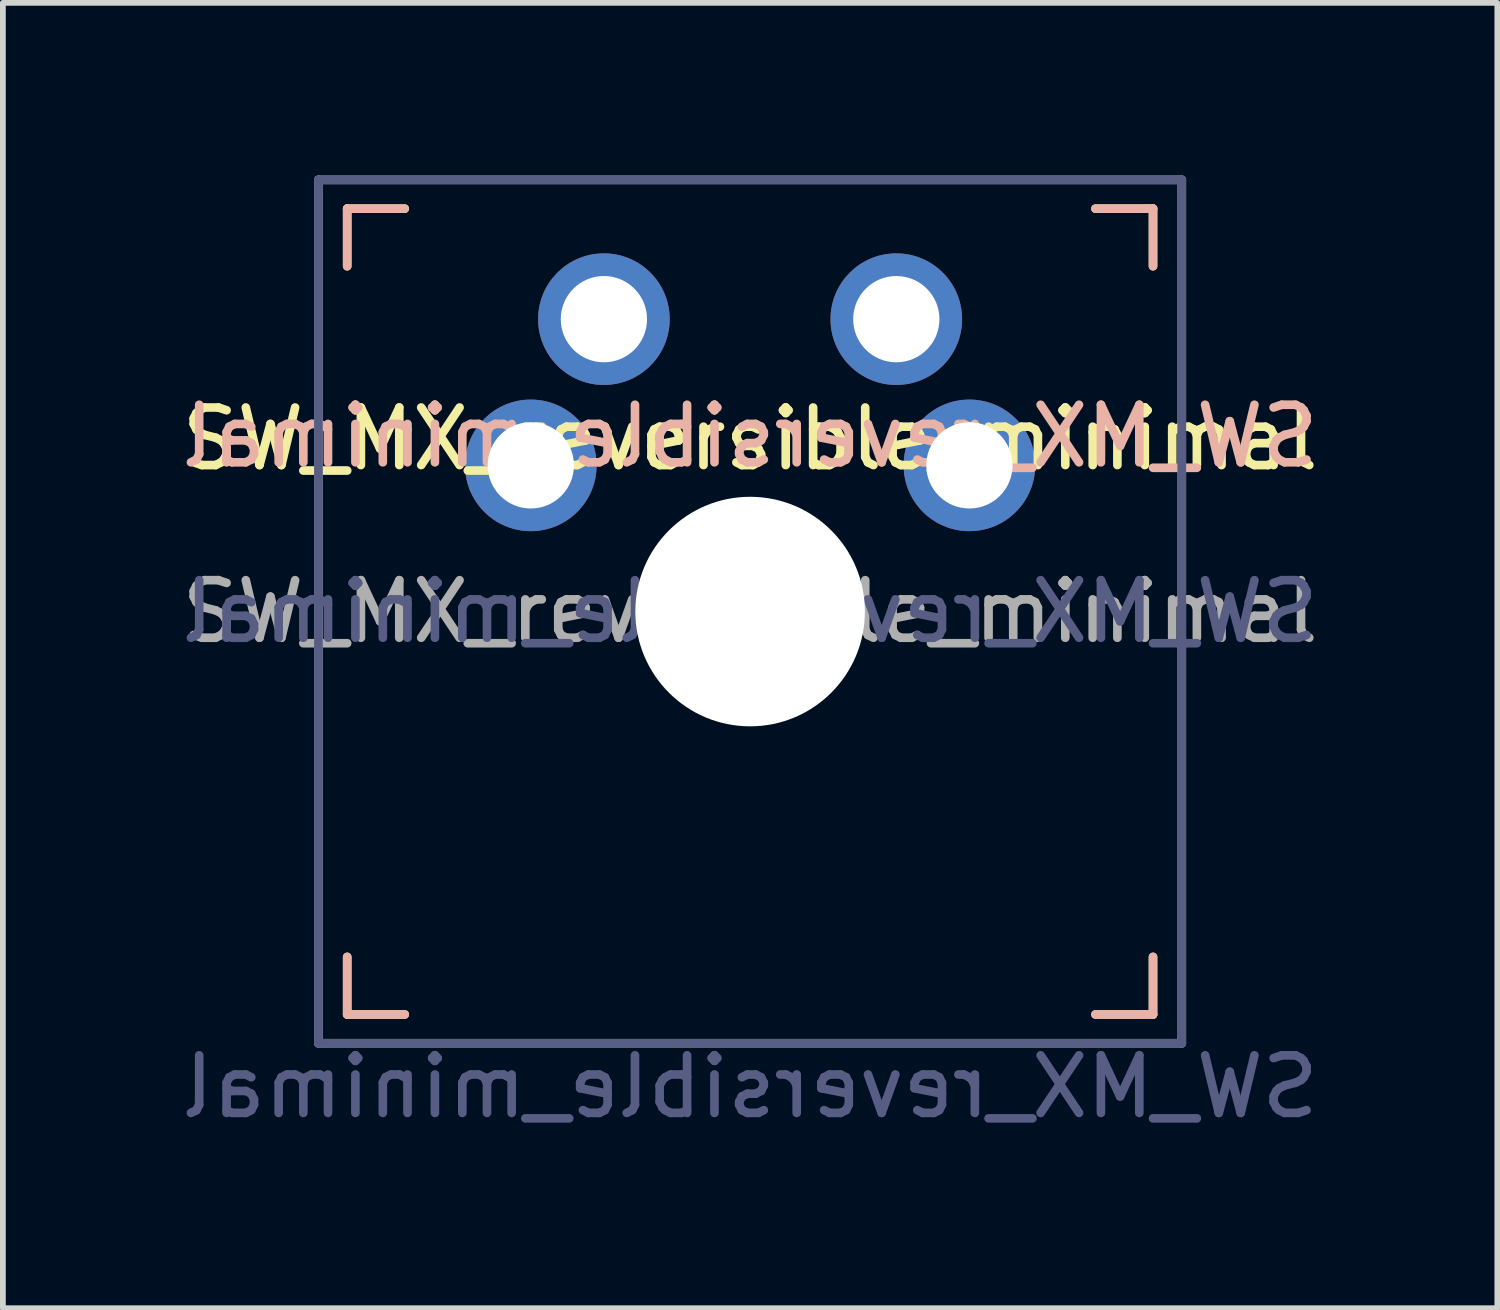
<source format=kicad_pcb>
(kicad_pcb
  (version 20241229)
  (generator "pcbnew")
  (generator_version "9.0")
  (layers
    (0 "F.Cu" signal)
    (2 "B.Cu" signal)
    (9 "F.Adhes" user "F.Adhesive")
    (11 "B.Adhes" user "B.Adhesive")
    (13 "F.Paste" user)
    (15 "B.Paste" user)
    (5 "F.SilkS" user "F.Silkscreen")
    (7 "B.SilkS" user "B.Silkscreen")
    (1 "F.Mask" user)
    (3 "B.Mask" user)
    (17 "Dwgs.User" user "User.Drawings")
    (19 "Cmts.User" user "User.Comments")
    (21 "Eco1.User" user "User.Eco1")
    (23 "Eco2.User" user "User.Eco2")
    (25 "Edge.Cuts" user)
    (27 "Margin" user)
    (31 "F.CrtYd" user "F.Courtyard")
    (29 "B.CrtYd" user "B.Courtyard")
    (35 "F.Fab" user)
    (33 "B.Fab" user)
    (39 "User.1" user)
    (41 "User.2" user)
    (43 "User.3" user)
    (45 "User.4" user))
  (footprint "SW_MX_reversible_minimal"
    (layer "F.Cu")
    (at 9.982 7.575)
    (property "Reference" "SW_MX_reversible_minimal" (at 0 -3 0) (layer "F.SilkS") (effects (font (size 1 1) (thickness 0.15))))
    (property "Value" "SW_MX_reversible_minimal" (at 0 8.255 0) (layer "F.Fab") (hide yes) (effects (font (size 1 1) (thickness 0.15))))
    (attr through_hole)
    (fp_line (start -7 -7) (end -6 -7) (stroke (width 0.15) (type solid)) (layer "F.SilkS"))
    (fp_line (start -7 -6) (end -7 -7) (stroke (width 0.15) (type solid)) (layer "F.SilkS"))
    (fp_line (start -7 7) (end -7 6) (stroke (width 0.15) (type solid)) (layer "F.SilkS"))
    (fp_line (start -6 7) (end -7 7) (stroke (width 0.15) (type solid)) (layer "F.SilkS"))
    (fp_line (start 6 -7) (end 7 -7) (stroke (width 0.15) (type solid)) (layer "F.SilkS"))
    (fp_line (start 7 -7) (end 7 -6) (stroke (width 0.15) (type solid)) (layer "F.SilkS"))
    (fp_line (start 7 6) (end 7 7) (stroke (width 0.15) (type solid)) (layer "F.SilkS"))
    (fp_line (start 7 7) (end 6 7) (stroke (width 0.15) (type solid)) (layer "F.SilkS"))
    (fp_line (start -7 -7) (end -6 -7) (stroke (width 0.15) (type solid)) (layer "B.SilkS"))
    (fp_line (start -7 -6) (end -7 -7) (stroke (width 0.15) (type solid)) (layer "B.SilkS"))
    (fp_line (start -7 7) (end -7 6) (stroke (width 0.15) (type solid)) (layer "B.SilkS"))
    (fp_line (start -6 7) (end -7 7) (stroke (width 0.15) (type solid)) (layer "B.SilkS"))
    (fp_line (start 6 -7) (end 7 -7) (stroke (width 0.15) (type solid)) (layer "B.SilkS"))
    (fp_line (start 7 -7) (end 7 -6) (stroke (width 0.15) (type solid)) (layer "B.SilkS"))
    (fp_line (start 7 6) (end 7 7) (stroke (width 0.15) (type solid)) (layer "B.SilkS"))
    (fp_line (start 7 7) (end 6 7) (stroke (width 0.15) (type solid)) (layer "B.SilkS"))
    (fp_line (start -6.9 6.9) (end -6.9 -6.9) (stroke (width 0.15) (type solid)) (layer "Eco2.User"))
    (fp_line (start -6.9 6.9) (end 6.9 6.9) (stroke (width 0.15) (type solid)) (layer "Eco2.User"))
    (fp_line (start 6.9 -6.9) (end -6.9 -6.9) (stroke (width 0.15) (type solid)) (layer "Eco2.User"))
    (fp_line (start 6.9 -6.9) (end 6.9 6.9) (stroke (width 0.15) (type solid)) (layer "Eco2.User"))
    (fp_line (start -7.5 -7.5) (end 7.5 -7.5) (stroke (width 0.15) (type solid)) (layer "B.Fab"))
    (fp_line (start -7.5 7.5) (end -7.5 -7.5) (stroke (width 0.15) (type solid)) (layer "B.Fab"))
    (fp_line (start 7.5 -7.5) (end 7.5 7.5) (stroke (width 0.15) (type solid)) (layer "B.Fab"))
    (fp_line (start 7.5 7.5) (end -7.5 7.5) (stroke (width 0.15) (type solid)) (layer "B.Fab"))
    (fp_line (start -7.5 -7.5) (end 7.5 -7.5) (stroke (width 0.15) (type solid)) (layer "F.Fab"))
    (fp_line (start -7.5 7.5) (end -7.5 -7.5) (stroke (width 0.15) (type solid)) (layer "F.Fab"))
    (fp_line (start 7.5 -7.5) (end 7.5 7.5) (stroke (width 0.15) (type solid)) (layer "F.Fab"))
    (fp_line (start 7.5 7.5) (end -7.5 7.5) (stroke (width 0.15) (type solid)) (layer "F.Fab"))
    (fp_text user "${REFERENCE}" (at 0 -3.048 0) (layer "B.SilkS") (effects (font (size 1 1) (thickness 0.15)) (justify mirror)))
    (fp_text user "${REFERENCE}" (at 0 0 0) (layer "B.Fab") (effects (font (size 1 1) (thickness 0.15)) (justify mirror)))
    (fp_text user "${VALUE}" (at 0 8.255 0) (layer "B.Fab") (effects (font (size 1 1) (thickness 0.15)) (justify mirror)))
    (fp_text user "${REFERENCE}" (at 0 0 0) (layer "F.Fab") (effects (font (size 1 1) (thickness 0.15))))
    (pad "" np_thru_hole circle (at 0 0) (size 3.988 3.988) (drill 3.988) (layers "*.Cu" "*.Mask"))
    (pad "1" thru_hole circle (at -2.54 -5.08) (size 2.286 2.286) (drill 1.499) (layers "*.Cu" "*.Mask"))
    (pad "1" thru_hole circle (at 2.54 -5.08) (size 2.286 2.286) (drill 1.499) (layers "*.Cu" "*.Mask"))
    (pad "2" thru_hole circle (at -3.81 -2.54) (size 2.286 2.286) (drill 1.499) (layers "*.Cu" "*.Mask"))
    (pad "2" thru_hole circle (at 3.81 -2.54) (size 2.286 2.286) (drill 1.499) (layers "*.Cu" "*.Mask")))
  (gr_rect
    (start -3 -3)
    (end 22.964 19.678)
    (stroke (width 0.1) (type default))
    (fill no)
    (layer "Edge.Cuts")))
</source>
